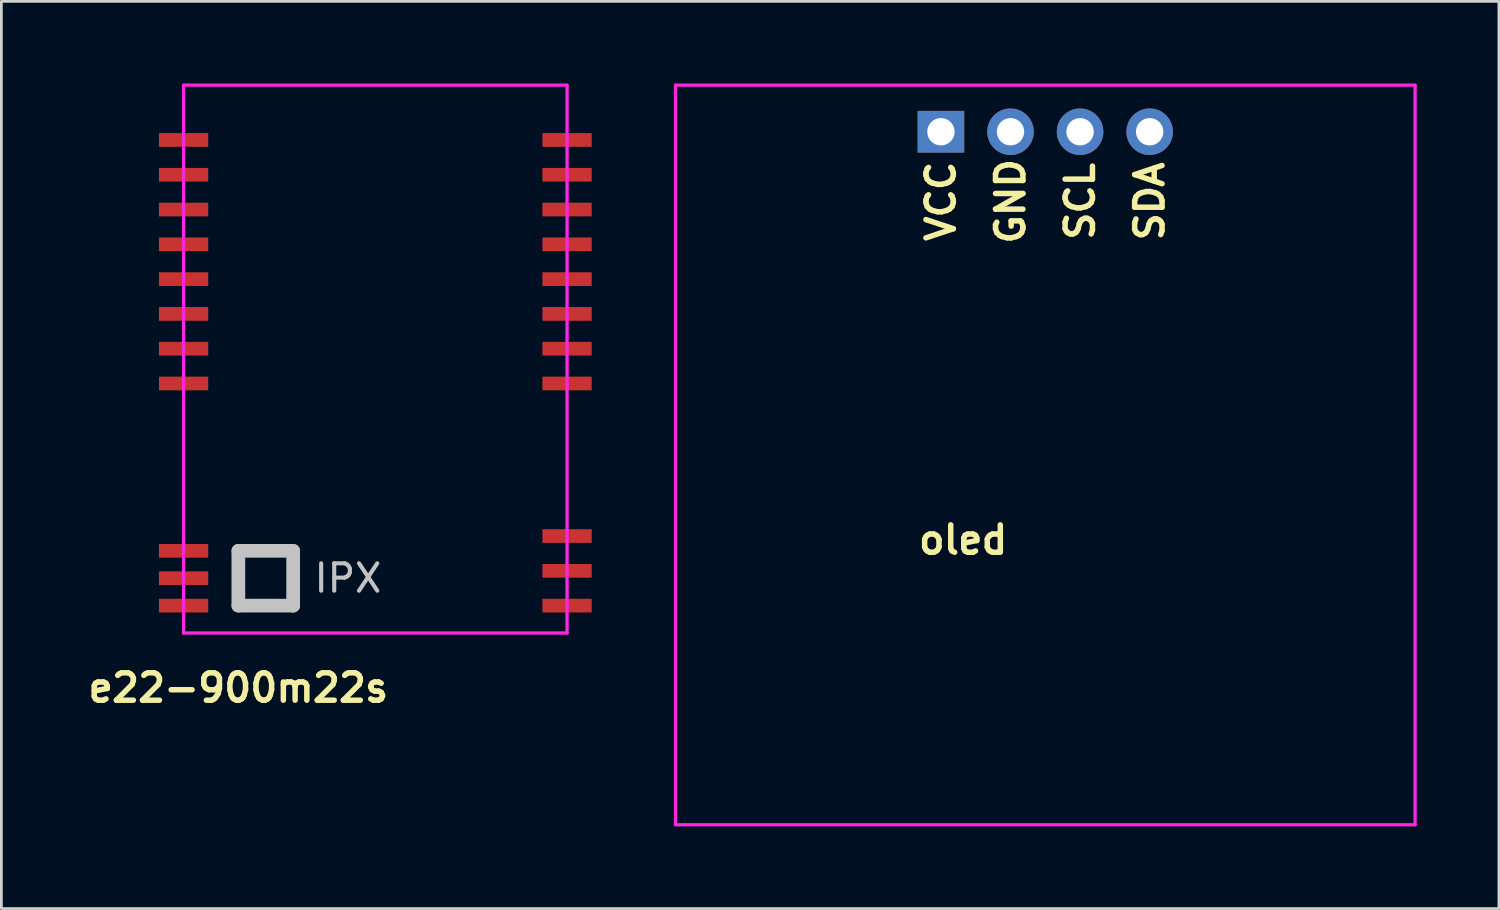
<source format=kicad_pcb>
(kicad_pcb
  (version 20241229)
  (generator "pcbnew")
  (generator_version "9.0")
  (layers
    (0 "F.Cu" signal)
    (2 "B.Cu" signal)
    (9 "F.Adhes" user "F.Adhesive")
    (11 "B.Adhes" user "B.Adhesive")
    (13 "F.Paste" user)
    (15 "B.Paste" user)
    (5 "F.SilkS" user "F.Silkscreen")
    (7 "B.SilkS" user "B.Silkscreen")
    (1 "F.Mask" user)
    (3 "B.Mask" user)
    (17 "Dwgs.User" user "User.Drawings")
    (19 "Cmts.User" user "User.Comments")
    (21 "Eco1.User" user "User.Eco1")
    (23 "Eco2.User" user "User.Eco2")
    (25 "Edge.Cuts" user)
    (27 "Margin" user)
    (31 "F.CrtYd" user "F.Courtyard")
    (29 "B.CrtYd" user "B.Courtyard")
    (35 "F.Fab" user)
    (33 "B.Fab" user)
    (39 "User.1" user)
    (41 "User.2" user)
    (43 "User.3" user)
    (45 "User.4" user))
  (footprint "e22-900m22s"
    (layer "F.Cu")
    (at 10.652 10.06)
    (property "Reference" "e22-900m22s" (at -5 12 0) (layer "F.SilkS") (effects (font (size 1 1) (thickness 0.2))))
    (attr through_hole)
    (fp_line (start -5 7) (end -5 9) (stroke (width 0.5) (type solid)) (layer "Dwgs.User"))
    (fp_line (start -5 9) (end -3 9) (stroke (width 0.5) (type solid)) (layer "Dwgs.User"))
    (fp_line (start -3 7) (end -5 7) (stroke (width 0.5) (type solid)) (layer "Dwgs.User"))
    (fp_line (start -3 9) (end -3 7) (stroke (width 0.5) (type solid)) (layer "Dwgs.User"))
    (fp_line (start -7 -10) (end -7 10) (stroke (width 0.12) (type solid)) (layer "F.CrtYd"))
    (fp_line (start -7 10) (end 7 10) (stroke (width 0.12) (type solid)) (layer "F.CrtYd"))
    (fp_line (start 7 -10) (end -7 -10) (stroke (width 0.12) (type solid)) (layer "F.CrtYd"))
    (fp_line (start 7 10) (end 7 -10) (stroke (width 0.12) (type solid)) (layer "F.CrtYd"))
    (fp_text user "IPX" (at -1 8 0) (layer "Dwgs.User") (effects (font (size 1 1) (thickness 0.15))))
    (pad "1" smd rect (at 7 9) (size 1.8 0.5) (layers "F.Cu" "F.Mask" "F.Paste"))
    (pad "2" smd rect (at 7 7.73) (size 1.8 0.5) (layers "F.Cu" "F.Mask" "F.Paste"))
    (pad "3" smd rect (at 7 6.46) (size 1.8 0.5) (layers "F.Cu" "F.Mask" "F.Paste"))
    (pad "4" smd rect (at 7 0.89) (size 1.8 0.5) (layers "F.Cu" "F.Mask" "F.Paste"))
    (pad "5" smd rect (at 7 -0.38) (size 1.8 0.5) (layers "F.Cu" "F.Mask" "F.Paste"))
    (pad "6" smd rect (at 7 -1.65) (size 1.8 0.5) (layers "F.Cu" "F.Mask" "F.Paste"))
    (pad "7" smd rect (at 7 -2.92) (size 1.8 0.5) (layers "F.Cu" "F.Mask" "F.Paste"))
    (pad "8" smd rect (at 7 -4.19) (size 1.8 0.5) (layers "F.Cu" "F.Mask" "F.Paste"))
    (pad "9" smd rect (at 7 -5.46) (size 1.8 0.5) (layers "F.Cu" "F.Mask" "F.Paste"))
    (pad "10" smd rect (at 7 -6.73) (size 1.8 0.5) (layers "F.Cu" "F.Mask" "F.Paste"))
    (pad "11" smd rect (at 7 -8) (size 1.8 0.5) (layers "F.Cu" "F.Mask" "F.Paste"))
    (pad "12" smd rect (at -7 -8) (size 1.8 0.5) (layers "F.Cu" "F.Mask" "F.Paste"))
    (pad "13" smd rect (at -7 -6.73) (size 1.8 0.5) (layers "F.Cu" "F.Mask" "F.Paste"))
    (pad "14" smd rect (at -7 -5.46) (size 1.8 0.5) (layers "F.Cu" "F.Mask" "F.Paste"))
    (pad "15" smd rect (at -7 -4.19) (size 1.8 0.5) (layers "F.Cu" "F.Mask" "F.Paste"))
    (pad "16" smd rect (at -7 -2.92) (size 1.8 0.5) (layers "F.Cu" "F.Mask" "F.Paste"))
    (pad "17" smd rect (at -7 -1.65) (size 1.8 0.5) (layers "F.Cu" "F.Mask" "F.Paste"))
    (pad "18" smd rect (at -7 -0.38) (size 1.8 0.5) (layers "F.Cu" "F.Mask" "F.Paste"))
    (pad "19" smd rect (at -7 0.89) (size 1.8 0.5) (layers "F.Cu" "F.Mask" "F.Paste"))
    (pad "20" smd rect (at -7 7) (size 1.8 0.5) (layers "F.Cu" "F.Mask" "F.Paste"))
    (pad "21" smd rect (at -7 8) (size 1.8 0.5) (layers "F.Cu" "F.Mask" "F.Paste"))
    (pad "22" smd rect (at -7 9) (size 1.8 0.5) (layers "F.Cu" "F.Mask" "F.Paste")))
  (footprint "oled"
    (layer "F.Cu")
    (at 35.112 1.76)
    (property "Reference" "oled" (at -3 14.9 0) (layer "F.SilkS") (effects (font (size 1 1) (thickness 0.2))))
    (attr through_hole)
    (fp_line (start -13.5 25.3) (end -13.5 -1.7) (stroke (width 0.12) (type solid)) (layer "F.CrtYd"))
    (fp_line (start 13.5 -1.7) (end -13.5 -1.7) (stroke (width 0.12) (type solid)) (layer "F.CrtYd"))
    (fp_line (start 13.5 -1.7) (end 13.5 25.3) (stroke (width 0.12) (type solid)) (layer "F.CrtYd"))
    (fp_line (start 13.5 25.3) (end -13.5 25.3) (stroke (width 0.12) (type solid)) (layer "F.CrtYd"))
    (fp_text user "SCL" (at 1.27 2.54 90) (layer "F.SilkS") (effects (font (size 1 1) (thickness 0.2))))
    (fp_text user "SDA" (at 3.81 2.54 90) (layer "F.SilkS") (effects (font (size 1 1) (thickness 0.2))))
    (fp_text user "GND" (at -1.27 2.54 90) (layer "F.SilkS") (effects (font (size 1 1) (thickness 0.2))))
    (fp_text user "VCC" (at -3.81 2.54 270) (layer "F.SilkS") (effects (font (size 1 1) (thickness 0.2))))
    (pad "1" thru_hole rect (at -3.81 0) (size 1.7 1.524) (drill 1) (layers "*.Cu" "*.Mask"))
    (pad "2" thru_hole circle (at -1.27 0) (size 1.7 1.7) (drill 1) (layers "*.Cu" "*.Mask"))
    (pad "3" thru_hole circle (at 1.27 0) (size 1.7 1.7) (drill 1) (layers "*.Cu" "*.Mask"))
    (pad "4" thru_hole circle (at 3.81 0) (size 1.7 1.7) (drill 1) (layers "*.Cu" "*.Mask")))
  (gr_rect
    (start -3 -3)
    (end 51.672 30.12)
    (stroke (width 0.1) (type default))
    (fill no)
    (layer "Edge.Cuts")))
</source>
